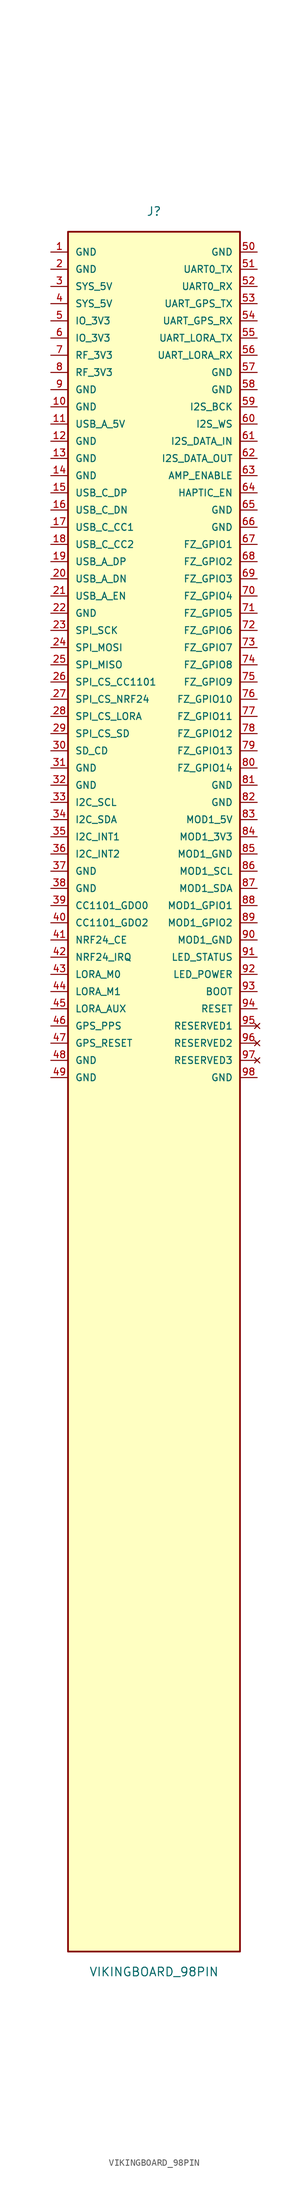
<source format=kicad_sym>
(kicad_symbol_lib
  (version 20231120)
  (generator kicad_generator.py)
  (symbol "VIKINGBOARD_98PIN"
    (pin_names
      (offset 1.016))
    (property "Reference" "J"
      (at 0 130 0)
      (effects (font (size 1.27 1.27))))
    (property "Value" "VIKINGBOARD_98PIN"
      (at 0 -130 0)
      (effects (font (size 1.27 1.27))))
    (symbol "VIKINGBOARD_98PIN_0_1"
      (rectangle (start -12.7 127) (end 12.7 -127) (stroke (width 0.254) (type default)) (fill (type background))))
    (symbol "VIKINGBOARD_98PIN_1_1"
      (pin power_in line (at -15.24 124.00 0) (length 2.54) (name "GND" (effects (font (size 1.016 1.016)))) (number "1" (effects (font (size 1.016 1.016)))))
      (pin power_in line (at -15.24 121.46 0) (length 2.54) (name "GND" (effects (font (size 1.016 1.016)))) (number "2" (effects (font (size 1.016 1.016)))))
      (pin power_in line (at -15.24 118.92 0) (length 2.54) (name "SYS_5V" (effects (font (size 1.016 1.016)))) (number "3" (effects (font (size 1.016 1.016)))))
      (pin power_in line (at -15.24 116.38 0) (length 2.54) (name "SYS_5V" (effects (font (size 1.016 1.016)))) (number "4" (effects (font (size 1.016 1.016)))))
      (pin power_in line (at -15.24 113.84 0) (length 2.54) (name "IO_3V3" (effects (font (size 1.016 1.016)))) (number "5" (effects (font (size 1.016 1.016)))))
      (pin power_in line (at -15.24 111.30 0) (length 2.54) (name "IO_3V3" (effects (font (size 1.016 1.016)))) (number "6" (effects (font (size 1.016 1.016)))))
      (pin power_in line (at -15.24 108.76 0) (length 2.54) (name "RF_3V3" (effects (font (size 1.016 1.016)))) (number "7" (effects (font (size 1.016 1.016)))))
      (pin power_in line (at -15.24 106.22 0) (length 2.54) (name "RF_3V3" (effects (font (size 1.016 1.016)))) (number "8" (effects (font (size 1.016 1.016)))))
      (pin power_in line (at -15.24 103.68 0) (length 2.54) (name "GND" (effects (font (size 1.016 1.016)))) (number "9" (effects (font (size 1.016 1.016)))))
      (pin power_in line (at -15.24 101.14 0) (length 2.54) (name "GND" (effects (font (size 1.016 1.016)))) (number "10" (effects (font (size 1.016 1.016)))))
      (pin power_in line (at -15.24 98.60 0) (length 2.54) (name "USB_A_5V" (effects (font (size 1.016 1.016)))) (number "11" (effects (font (size 1.016 1.016)))))
      (pin power_in line (at -15.24 96.06 0) (length 2.54) (name "GND" (effects (font (size 1.016 1.016)))) (number "12" (effects (font (size 1.016 1.016)))))
      (pin power_in line (at -15.24 93.52 0) (length 2.54) (name "GND" (effects (font (size 1.016 1.016)))) (number "13" (effects (font (size 1.016 1.016)))))
      (pin power_in line (at -15.24 90.98 0) (length 2.54) (name "GND" (effects (font (size 1.016 1.016)))) (number "14" (effects (font (size 1.016 1.016)))))
      (pin bidirectional line (at -15.24 88.44 0) (length 2.54) (name "USB_C_DP" (effects (font (size 1.016 1.016)))) (number "15" (effects (font (size 1.016 1.016)))))
      (pin bidirectional line (at -15.24 85.90 0) (length 2.54) (name "USB_C_DN" (effects (font (size 1.016 1.016)))) (number "16" (effects (font (size 1.016 1.016)))))
      (pin bidirectional line (at -15.24 83.36 0) (length 2.54) (name "USB_C_CC1" (effects (font (size 1.016 1.016)))) (number "17" (effects (font (size 1.016 1.016)))))
      (pin bidirectional line (at -15.24 80.82 0) (length 2.54) (name "USB_C_CC2" (effects (font (size 1.016 1.016)))) (number "18" (effects (font (size 1.016 1.016)))))
      (pin bidirectional line (at -15.24 78.28 0) (length 2.54) (name "USB_A_DP" (effects (font (size 1.016 1.016)))) (number "19" (effects (font (size 1.016 1.016)))))
      (pin bidirectional line (at -15.24 75.74 0) (length 2.54) (name "USB_A_DN" (effects (font (size 1.016 1.016)))) (number "20" (effects (font (size 1.016 1.016)))))
      (pin input line (at -15.24 73.20 0) (length 2.54) (name "USB_A_EN" (effects (font (size 1.016 1.016)))) (number "21" (effects (font (size 1.016 1.016)))))
      (pin power_in line (at -15.24 70.66 0) (length 2.54) (name "GND" (effects (font (size 1.016 1.016)))) (number "22" (effects (font (size 1.016 1.016)))))
      (pin bidirectional line (at -15.24 68.12 0) (length 2.54) (name "SPI_SCK" (effects (font (size 1.016 1.016)))) (number "23" (effects (font (size 1.016 1.016)))))
      (pin bidirectional line (at -15.24 65.58 0) (length 2.54) (name "SPI_MOSI" (effects (font (size 1.016 1.016)))) (number "24" (effects (font (size 1.016 1.016)))))
      (pin bidirectional line (at -15.24 63.04 0) (length 2.54) (name "SPI_MISO" (effects (font (size 1.016 1.016)))) (number "25" (effects (font (size 1.016 1.016)))))
      (pin bidirectional line (at -15.24 60.50 0) (length 2.54) (name "SPI_CS_CC1101" (effects (font (size 1.016 1.016)))) (number "26" (effects (font (size 1.016 1.016)))))
      (pin bidirectional line (at -15.24 57.96 0) (length 2.54) (name "SPI_CS_NRF24" (effects (font (size 1.016 1.016)))) (number "27" (effects (font (size 1.016 1.016)))))
      (pin bidirectional line (at -15.24 55.42 0) (length 2.54) (name "SPI_CS_LORA" (effects (font (size 1.016 1.016)))) (number "28" (effects (font (size 1.016 1.016)))))
      (pin bidirectional line (at -15.24 52.88 0) (length 2.54) (name "SPI_CS_SD" (effects (font (size 1.016 1.016)))) (number "29" (effects (font (size 1.016 1.016)))))
      (pin bidirectional line (at -15.24 50.34 0) (length 2.54) (name "SD_CD" (effects (font (size 1.016 1.016)))) (number "30" (effects (font (size 1.016 1.016)))))
      (pin power_in line (at -15.24 47.80 0) (length 2.54) (name "GND" (effects (font (size 1.016 1.016)))) (number "31" (effects (font (size 1.016 1.016)))))
      (pin power_in line (at -15.24 45.26 0) (length 2.54) (name "GND" (effects (font (size 1.016 1.016)))) (number "32" (effects (font (size 1.016 1.016)))))
      (pin bidirectional line (at -15.24 42.72 0) (length 2.54) (name "I2C_SCL" (effects (font (size 1.016 1.016)))) (number "33" (effects (font (size 1.016 1.016)))))
      (pin bidirectional line (at -15.24 40.18 0) (length 2.54) (name "I2C_SDA" (effects (font (size 1.016 1.016)))) (number "34" (effects (font (size 1.016 1.016)))))
      (pin bidirectional line (at -15.24 37.64 0) (length 2.54) (name "I2C_INT1" (effects (font (size 1.016 1.016)))) (number "35" (effects (font (size 1.016 1.016)))))
      (pin bidirectional line (at -15.24 35.10 0) (length 2.54) (name "I2C_INT2" (effects (font (size 1.016 1.016)))) (number "36" (effects (font (size 1.016 1.016)))))
      (pin power_in line (at -15.24 32.56 0) (length 2.54) (name "GND" (effects (font (size 1.016 1.016)))) (number "37" (effects (font (size 1.016 1.016)))))
      (pin power_in line (at -15.24 30.02 0) (length 2.54) (name "GND" (effects (font (size 1.016 1.016)))) (number "38" (effects (font (size 1.016 1.016)))))
      (pin bidirectional line (at -15.24 27.48 0) (length 2.54) (name "CC1101_GDO0" (effects (font (size 1.016 1.016)))) (number "39" (effects (font (size 1.016 1.016)))))
      (pin bidirectional line (at -15.24 24.94 0) (length 2.54) (name "CC1101_GDO2" (effects (font (size 1.016 1.016)))) (number "40" (effects (font (size 1.016 1.016)))))
      (pin bidirectional line (at -15.24 22.40 0) (length 2.54) (name "NRF24_CE" (effects (font (size 1.016 1.016)))) (number "41" (effects (font (size 1.016 1.016)))))
      (pin bidirectional line (at -15.24 19.86 0) (length 2.54) (name "NRF24_IRQ" (effects (font (size 1.016 1.016)))) (number "42" (effects (font (size 1.016 1.016)))))
      (pin bidirectional line (at -15.24 17.32 0) (length 2.54) (name "LORA_M0" (effects (font (size 1.016 1.016)))) (number "43" (effects (font (size 1.016 1.016)))))
      (pin bidirectional line (at -15.24 14.78 0) (length 2.54) (name "LORA_M1" (effects (font (size 1.016 1.016)))) (number "44" (effects (font (size 1.016 1.016)))))
      (pin bidirectional line (at -15.24 12.24 0) (length 2.54) (name "LORA_AUX" (effects (font (size 1.016 1.016)))) (number "45" (effects (font (size 1.016 1.016)))))
      (pin bidirectional line (at -15.24 9.70 0) (length 2.54) (name "GPS_PPS" (effects (font (size 1.016 1.016)))) (number "46" (effects (font (size 1.016 1.016)))))
      (pin input line (at -15.24 7.16 0) (length 2.54) (name "GPS_RESET" (effects (font (size 1.016 1.016)))) (number "47" (effects (font (size 1.016 1.016)))))
      (pin power_in line (at -15.24 4.62 0) (length 2.54) (name "GND" (effects (font (size 1.016 1.016)))) (number "48" (effects (font (size 1.016 1.016)))))
      (pin power_in line (at -15.24 2.08 0) (length 2.54) (name "GND" (effects (font (size 1.016 1.016)))) (number "49" (effects (font (size 1.016 1.016)))))
      (pin power_in line (at 15.24 124.00 180) (length 2.54) (name "GND" (effects (font (size 1.016 1.016)))) (number "50" (effects (font (size 1.016 1.016)))))
      (pin bidirectional line (at 15.24 121.46 180) (length 2.54) (name "UART0_TX" (effects (font (size 1.016 1.016)))) (number "51" (effects (font (size 1.016 1.016)))))
      (pin bidirectional line (at 15.24 118.92 180) (length 2.54) (name "UART0_RX" (effects (font (size 1.016 1.016)))) (number "52" (effects (font (size 1.016 1.016)))))
      (pin bidirectional line (at 15.24 116.38 180) (length 2.54) (name "UART_GPS_TX" (effects (font (size 1.016 1.016)))) (number "53" (effects (font (size 1.016 1.016)))))
      (pin bidirectional line (at 15.24 113.84 180) (length 2.54) (name "UART_GPS_RX" (effects (font (size 1.016 1.016)))) (number "54" (effects (font (size 1.016 1.016)))))
      (pin bidirectional line (at 15.24 111.30 180) (length 2.54) (name "UART_LORA_TX" (effects (font (size 1.016 1.016)))) (number "55" (effects (font (size 1.016 1.016)))))
      (pin bidirectional line (at 15.24 108.76 180) (length 2.54) (name "UART_LORA_RX" (effects (font (size 1.016 1.016)))) (number "56" (effects (font (size 1.016 1.016)))))
      (pin power_in line (at 15.24 106.22 180) (length 2.54) (name "GND" (effects (font (size 1.016 1.016)))) (number "57" (effects (font (size 1.016 1.016)))))
      (pin power_in line (at 15.24 103.68 180) (length 2.54) (name "GND" (effects (font (size 1.016 1.016)))) (number "58" (effects (font (size 1.016 1.016)))))
      (pin bidirectional line (at 15.24 101.14 180) (length 2.54) (name "I2S_BCK" (effects (font (size 1.016 1.016)))) (number "59" (effects (font (size 1.016 1.016)))))
      (pin bidirectional line (at 15.24 98.60 180) (length 2.54) (name "I2S_WS" (effects (font (size 1.016 1.016)))) (number "60" (effects (font (size 1.016 1.016)))))
      (pin bidirectional line (at 15.24 96.06 180) (length 2.54) (name "I2S_DATA_IN" (effects (font (size 1.016 1.016)))) (number "61" (effects (font (size 1.016 1.016)))))
      (pin bidirectional line (at 15.24 93.52 180) (length 2.54) (name "I2S_DATA_OUT" (effects (font (size 1.016 1.016)))) (number "62" (effects (font (size 1.016 1.016)))))
      (pin input line (at 15.24 90.98 180) (length 2.54) (name "AMP_ENABLE" (effects (font (size 1.016 1.016)))) (number "63" (effects (font (size 1.016 1.016)))))
      (pin input line (at 15.24 88.44 180) (length 2.54) (name "HAPTIC_EN" (effects (font (size 1.016 1.016)))) (number "64" (effects (font (size 1.016 1.016)))))
      (pin power_in line (at 15.24 85.90 180) (length 2.54) (name "GND" (effects (font (size 1.016 1.016)))) (number "65" (effects (font (size 1.016 1.016)))))
      (pin power_in line (at 15.24 83.36 180) (length 2.54) (name "GND" (effects (font (size 1.016 1.016)))) (number "66" (effects (font (size 1.016 1.016)))))
      (pin bidirectional line (at 15.24 80.82 180) (length 2.54) (name "FZ_GPIO1" (effects (font (size 1.016 1.016)))) (number "67" (effects (font (size 1.016 1.016)))))
      (pin bidirectional line (at 15.24 78.28 180) (length 2.54) (name "FZ_GPIO2" (effects (font (size 1.016 1.016)))) (number "68" (effects (font (size 1.016 1.016)))))
      (pin input line (at 15.24 75.74 180) (length 2.54) (name "FZ_GPIO3" (effects (font (size 1.016 1.016)))) (number "69" (effects (font (size 1.016 1.016)))))
      (pin input line (at 15.24 73.20 180) (length 2.54) (name "FZ_GPIO4" (effects (font (size 1.016 1.016)))) (number "70" (effects (font (size 1.016 1.016)))))
      (pin input line (at 15.24 70.66 180) (length 2.54) (name "FZ_GPIO5" (effects (font (size 1.016 1.016)))) (number "71" (effects (font (size 1.016 1.016)))))
      (pin input line (at 15.24 68.12 180) (length 2.54) (name "FZ_GPIO6" (effects (font (size 1.016 1.016)))) (number "72" (effects (font (size 1.016 1.016)))))
      (pin output line (at 15.24 65.58 180) (length 2.54) (name "FZ_GPIO7" (effects (font (size 1.016 1.016)))) (number "73" (effects (font (size 1.016 1.016)))))
      (pin output line (at 15.24 63.04 180) (length 2.54) (name "FZ_GPIO8" (effects (font (size 1.016 1.016)))) (number "74" (effects (font (size 1.016 1.016)))))
      (pin output line (at 15.24 60.50 180) (length 2.54) (name "FZ_GPIO9" (effects (font (size 1.016 1.016)))) (number "75" (effects (font (size 1.016 1.016)))))
      (pin output line (at 15.24 57.96 180) (length 2.54) (name "FZ_GPIO10" (effects (font (size 1.016 1.016)))) (number "76" (effects (font (size 1.016 1.016)))))
      (pin bidirectional line (at 15.24 55.42 180) (length 2.54) (name "FZ_GPIO11" (effects (font (size 1.016 1.016)))) (number "77" (effects (font (size 1.016 1.016)))))
      (pin bidirectional line (at 15.24 52.88 180) (length 2.54) (name "FZ_GPIO12" (effects (font (size 1.016 1.016)))) (number "78" (effects (font (size 1.016 1.016)))))
      (pin bidirectional line (at 15.24 50.34 180) (length 2.54) (name "FZ_GPIO13" (effects (font (size 1.016 1.016)))) (number "79" (effects (font (size 1.016 1.016)))))
      (pin bidirectional line (at 15.24 47.80 180) (length 2.54) (name "FZ_GPIO14" (effects (font (size 1.016 1.016)))) (number "80" (effects (font (size 1.016 1.016)))))
      (pin power_in line (at 15.24 45.26 180) (length 2.54) (name "GND" (effects (font (size 1.016 1.016)))) (number "81" (effects (font (size 1.016 1.016)))))
      (pin power_in line (at 15.24 42.72 180) (length 2.54) (name "GND" (effects (font (size 1.016 1.016)))) (number "82" (effects (font (size 1.016 1.016)))))
      (pin passive line (at 15.24 40.18 180) (length 2.54) (name "MOD1_5V" (effects (font (size 1.016 1.016)))) (number "83" (effects (font (size 1.016 1.016)))))
      (pin passive line (at 15.24 37.64 180) (length 2.54) (name "MOD1_3V3" (effects (font (size 1.016 1.016)))) (number "84" (effects (font (size 1.016 1.016)))))
      (pin power_in line (at 15.24 35.10 180) (length 2.54) (name "MOD1_GND" (effects (font (size 1.016 1.016)))) (number "85" (effects (font (size 1.016 1.016)))))
      (pin passive line (at 15.24 32.56 180) (length 2.54) (name "MOD1_SCL" (effects (font (size 1.016 1.016)))) (number "86" (effects (font (size 1.016 1.016)))))
      (pin passive line (at 15.24 30.02 180) (length 2.54) (name "MOD1_SDA" (effects (font (size 1.016 1.016)))) (number "87" (effects (font (size 1.016 1.016)))))
      (pin passive line (at 15.24 27.48 180) (length 2.54) (name "MOD1_GPIO1" (effects (font (size 1.016 1.016)))) (number "88" (effects (font (size 1.016 1.016)))))
      (pin passive line (at 15.24 24.94 180) (length 2.54) (name "MOD1_GPIO2" (effects (font (size 1.016 1.016)))) (number "89" (effects (font (size 1.016 1.016)))))
      (pin power_in line (at 15.24 22.40 180) (length 2.54) (name "MOD1_GND" (effects (font (size 1.016 1.016)))) (number "90" (effects (font (size 1.016 1.016)))))
      (pin bidirectional line (at 15.24 19.86 180) (length 2.54) (name "LED_STATUS" (effects (font (size 1.016 1.016)))) (number "91" (effects (font (size 1.016 1.016)))))
      (pin bidirectional line (at 15.24 17.32 180) (length 2.54) (name "LED_POWER" (effects (font (size 1.016 1.016)))) (number "92" (effects (font (size 1.016 1.016)))))
      (pin input line (at 15.24 14.78 180) (length 2.54) (name "BOOT" (effects (font (size 1.016 1.016)))) (number "93" (effects (font (size 1.016 1.016)))))
      (pin input line (at 15.24 12.24 180) (length 2.54) (name "RESET" (effects (font (size 1.016 1.016)))) (number "94" (effects (font (size 1.016 1.016)))))
      (pin no_connect line (at 15.24 9.70 180) (length 2.54) (name "RESERVED1" (effects (font (size 1.016 1.016)))) (number "95" (effects (font (size 1.016 1.016)))))
      (pin no_connect line (at 15.24 7.16 180) (length 2.54) (name "RESERVED2" (effects (font (size 1.016 1.016)))) (number "96" (effects (font (size 1.016 1.016)))))
      (pin no_connect line (at 15.24 4.62 180) (length 2.54) (name "RESERVED3" (effects (font (size 1.016 1.016)))) (number "97" (effects (font (size 1.016 1.016)))))
      (pin power_in line (at 15.24 2.08 180) (length 2.54) (name "GND" (effects (font (size 1.016 1.016)))) (number "98" (effects (font (size 1.016 1.016))))))))
</source>
